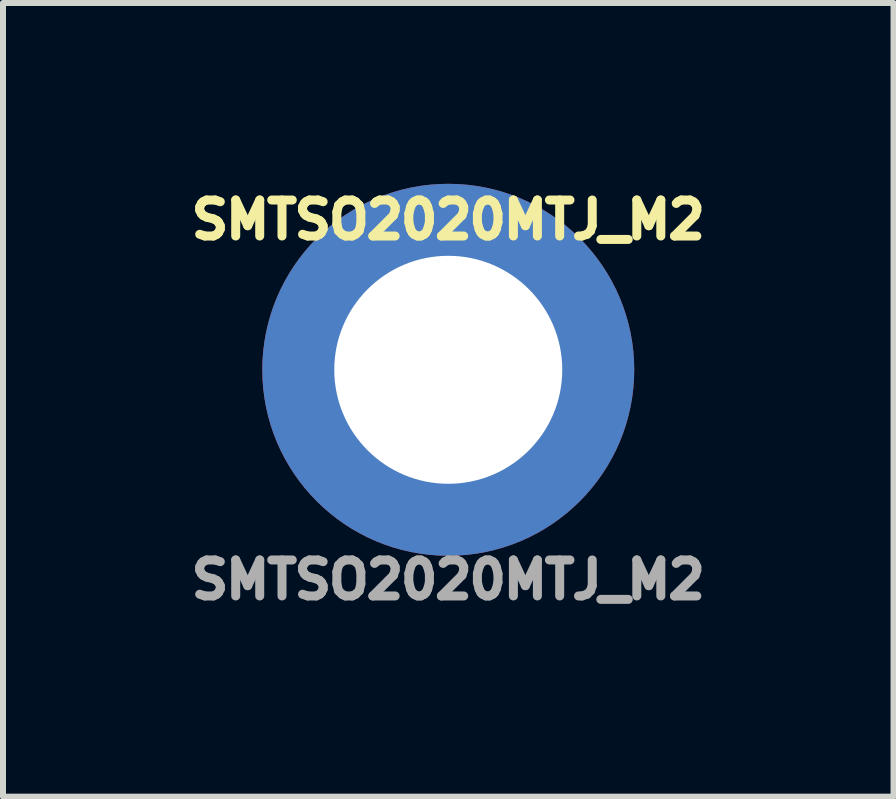
<source format=kicad_pcb>
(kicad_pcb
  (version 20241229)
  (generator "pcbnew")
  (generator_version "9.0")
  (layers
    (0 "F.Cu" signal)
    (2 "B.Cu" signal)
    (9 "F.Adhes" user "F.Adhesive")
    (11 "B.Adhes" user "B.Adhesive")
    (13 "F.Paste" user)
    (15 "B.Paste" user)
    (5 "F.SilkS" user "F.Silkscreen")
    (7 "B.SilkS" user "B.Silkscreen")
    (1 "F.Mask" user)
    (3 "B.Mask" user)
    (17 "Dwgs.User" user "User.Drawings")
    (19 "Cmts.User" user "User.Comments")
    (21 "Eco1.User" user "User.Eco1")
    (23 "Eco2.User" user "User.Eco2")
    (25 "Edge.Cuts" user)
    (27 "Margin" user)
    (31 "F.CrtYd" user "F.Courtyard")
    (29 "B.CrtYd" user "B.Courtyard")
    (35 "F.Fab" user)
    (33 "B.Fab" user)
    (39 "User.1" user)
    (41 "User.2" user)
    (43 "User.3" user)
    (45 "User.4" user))
  (footprint "SMTSO2020MTJ_M2"
    (layer "F.Cu")
    (at 4.422 3.114)
    (property "Reference" "SMTSO2020MTJ_M2" (at 0 -2.5 0) (unlocked yes) (layer "F.SilkS") (effects (font (size 0.6 0.6) (thickness 0.15))))
    (attr smd)
    (fp_text user "${REFERENCE}" (at 0 3.5 0) (unlocked yes) (layer "F.Fab") (effects (font (size 0.6 0.6) (thickness 0.15))))
    (pad "" thru_hole circle (at 0 0) (size 6.2 6.2) (drill 3.8) (layers "*.Cu" "*.Mask")))
  (gr_rect
    (start -3 -3)
    (end 11.844 10.229)
    (stroke (width 0.1) (type default))
    (fill no)
    (layer "Edge.Cuts")))
</source>
